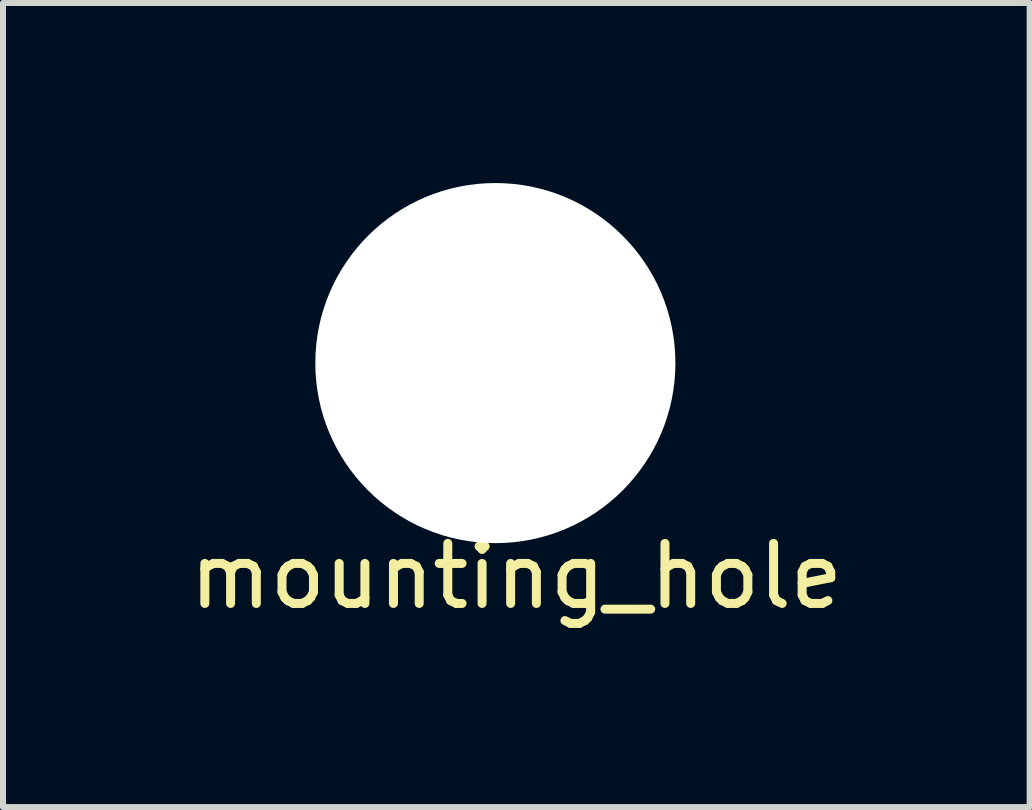
<source format=kicad_pcb>
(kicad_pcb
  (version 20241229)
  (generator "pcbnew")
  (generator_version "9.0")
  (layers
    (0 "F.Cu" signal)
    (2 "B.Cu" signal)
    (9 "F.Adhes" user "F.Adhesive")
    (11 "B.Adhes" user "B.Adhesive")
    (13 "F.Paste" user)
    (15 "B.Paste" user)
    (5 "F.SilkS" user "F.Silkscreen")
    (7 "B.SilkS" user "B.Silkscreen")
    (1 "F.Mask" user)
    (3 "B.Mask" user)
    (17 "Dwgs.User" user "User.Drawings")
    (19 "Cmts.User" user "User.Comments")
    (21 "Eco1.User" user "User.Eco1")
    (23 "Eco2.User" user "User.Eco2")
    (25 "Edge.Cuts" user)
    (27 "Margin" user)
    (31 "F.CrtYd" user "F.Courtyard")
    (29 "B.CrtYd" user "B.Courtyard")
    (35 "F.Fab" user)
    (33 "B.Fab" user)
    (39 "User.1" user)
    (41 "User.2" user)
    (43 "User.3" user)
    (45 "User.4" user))
  (footprint "mounting_hole"
    (layer "F.Cu")
    (at 5.204 3)
    (property "Reference" "mounting_hole" (at 0.35 3.55 0) (layer "F.SilkS") (effects (font (size 1 1) (thickness 0.15))))
    (attr through_hole)
    (pad "" np_thru_hole circle (at 0 0) (size 6 6) (drill 6) (layers "*.Cu" "*.Mask")))
  (gr_rect
    (start -3 -3)
    (end 14.107 10.398)
    (stroke (width 0.1) (type default))
    (fill no)
    (layer "Edge.Cuts")))
</source>
